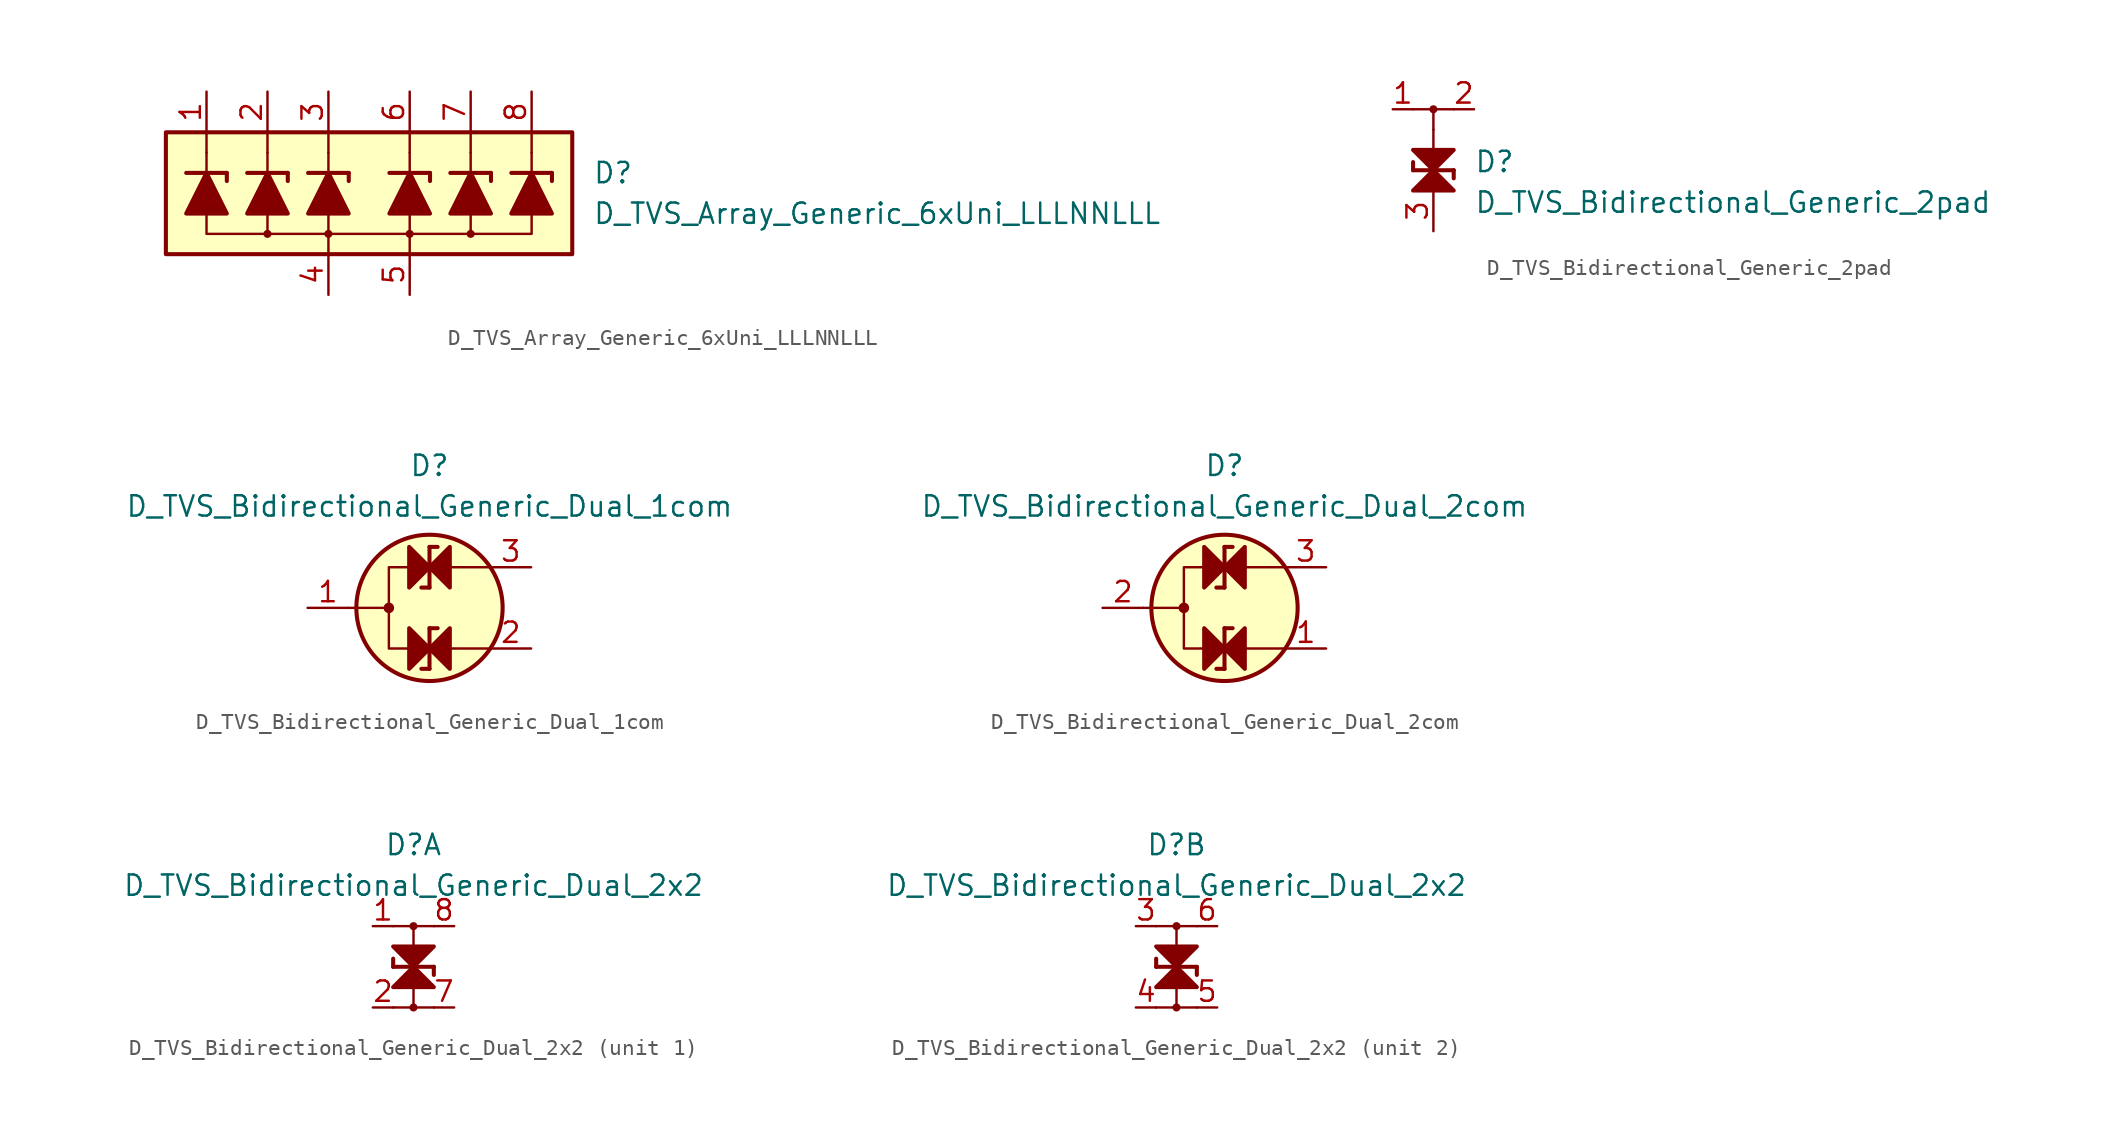
<source format=kicad_sym>
(kicad_symbol_lib
  (version 20211014)
  (generator kicad_symbol_editor)
  (symbol "D_TVS_Array_Generic_6xUni_LLLNNLLL"
    (pin_names
      (offset 1.016) hide)
    (property "Reference" "D"
      (at 13.97 1.27 0)
      (effects (font (size 1.27 1.27)) (justify left)))
    (property "Value" "D_TVS_Array_Generic_6xUni_LLLNNLLL"
      (at 13.97 -1.27 0)
      (effects (font (size 1.27 1.27)) (justify left)))
    (symbol "D_TVS_Array_Generic_6xUni_LLLNNLLL_0_1"
      (rectangle (start -12.7 3.81) (end 12.7 -3.81) (stroke (width 0.254) (type default) (color 0 0 0 0)) (fill (type background)))
      (circle (center -2.54 -2.54) (radius 0.178) (stroke (width 0) (type default) (color 0 0 0 0)) (fill (type outline)))
      (polyline (pts (xy -6.35 -2.54) (xy -6.35 -1.27)) (stroke (width 0) (type default) (color 0 0 0 0)) (fill (type none)))
      (polyline (pts (xy -6.35 1.27) (xy -6.35 2.54)) (stroke (width 0) (type default) (color 0 0 0 0)) (fill (type none)))
      (polyline (pts (xy -6.35 2.54) (xy -6.35 3.81)) (stroke (width 0) (type default) (color 0 0 0 0)) (fill (type none)))
      (polyline (pts (xy -2.54 -3.81) (xy -2.54 -2.54)) (stroke (width 0) (type default) (color 0 0 0 0)) (fill (type none)))
      (polyline (pts (xy -2.54 -2.54) (xy -2.54 -1.27)) (stroke (width 0) (type default) (color 0 0 0 0)) (fill (type none)))
      (polyline (pts (xy -2.54 1.27) (xy -2.54 2.54)) (stroke (width 0) (type default) (color 0 0 0 0)) (fill (type none)))
      (polyline (pts (xy -2.54 2.54) (xy -2.54 3.81)) (stroke (width 0) (type default) (color 0 0 0 0)) (fill (type none)))
      (polyline (pts (xy 2.54 -2.54) (xy 2.54 -1.27)) (stroke (width 0) (type default) (color 0 0 0 0)) (fill (type none)))
      (polyline (pts (xy 2.54 1.27) (xy 2.54 2.54)) (stroke (width 0) (type default) (color 0 0 0 0)) (fill (type none)))
      (polyline (pts (xy 2.54 2.54) (xy 2.54 3.81)) (stroke (width 0) (type default) (color 0 0 0 0)) (fill (type none)))
      (polyline (pts (xy 6.35 -2.54) (xy 6.35 -1.27)) (stroke (width 0) (type default) (color 0 0 0 0)) (fill (type none)))
      (polyline (pts (xy 6.35 1.27) (xy 6.35 2.54)) (stroke (width 0) (type default) (color 0 0 0 0)) (fill (type none)))
      (polyline (pts (xy 6.35 2.54) (xy 6.35 3.81)) (stroke (width 0) (type default) (color 0 0 0 0)) (fill (type none)))
      (polyline (pts (xy 10.16 -1.27) (xy 10.16 -2.54) (xy -10.16 -2.54) (xy -10.16 -1.27)) (stroke (width 0) (type default) (color 0 0 0 0)) (fill (type none)))
      (circle (center 2.54 -2.54) (radius 0.178) (stroke (width 0) (type default) (color 0 0 0 0)) (fill (type outline)))
      (circle (center 6.35 -2.54) (radius 0.178) (stroke (width 0) (type default) (color 0 0 0 0)) (fill (type outline))))
    (symbol "D_TVS_Array_Generic_6xUni_LLLNNLLL_1_1"
      (circle (center -6.35 -2.54) (radius 0.178) (stroke (width 0) (type default) (color 0 0 0 0)) (fill (type outline)))
      (polyline (pts (xy -11.43 1.27) (xy -8.89 1.27)) (stroke (width 0.254) (type default) (color 0 0 0 0)) (fill (type none)))
      (polyline (pts (xy -10.16 -1.27) (xy -10.16 1.27)) (stroke (width 0) (type default) (color 0 0 0 0)) (fill (type none)))
      (polyline (pts (xy -10.16 1.27) (xy -10.16 2.54)) (stroke (width 0) (type default) (color 0 0 0 0)) (fill (type none)))
      (polyline (pts (xy -10.16 2.54) (xy -10.16 3.81)) (stroke (width 0) (type default) (color 0 0 0 0)) (fill (type none)))
      (polyline (pts (xy -8.89 1.27) (xy -8.89 0.762)) (stroke (width 0.254) (type default) (color 0 0 0 0)) (fill (type none)))
      (polyline (pts (xy -7.62 1.27) (xy -5.08 1.27)) (stroke (width 0.254) (type default) (color 0 0 0 0)) (fill (type none)))
      (polyline (pts (xy -6.35 -1.27) (xy -6.35 1.27)) (stroke (width 0) (type default) (color 0 0 0 0)) (fill (type none)))
      (polyline (pts (xy -5.08 1.27) (xy -5.08 0.762)) (stroke (width 0.254) (type default) (color 0 0 0 0)) (fill (type none)))
      (polyline (pts (xy -3.81 1.27) (xy -1.27 1.27)) (stroke (width 0.254) (type default) (color 0 0 0 0)) (fill (type none)))
      (polyline (pts (xy -2.54 -1.27) (xy -2.54 1.27)) (stroke (width 0) (type default) (color 0 0 0 0)) (fill (type none)))
      (polyline (pts (xy -1.27 1.27) (xy -1.27 0.762)) (stroke (width 0.254) (type default) (color 0 0 0 0)) (fill (type none)))
      (polyline (pts (xy 1.27 1.27) (xy 3.81 1.27)) (stroke (width 0.254) (type default) (color 0 0 0 0)) (fill (type none)))
      (polyline (pts (xy 2.54 -3.81) (xy 2.54 -2.54)) (stroke (width 0) (type default) (color 0 0 0 0)) (fill (type none)))
      (polyline (pts (xy 2.54 -1.27) (xy 2.54 1.27)) (stroke (width 0) (type default) (color 0 0 0 0)) (fill (type none)))
      (polyline (pts (xy 3.81 1.27) (xy 3.81 0.762)) (stroke (width 0.254) (type default) (color 0 0 0 0)) (fill (type none)))
      (polyline (pts (xy 5.08 1.27) (xy 7.62 1.27)) (stroke (width 0.254) (type default) (color 0 0 0 0)) (fill (type none)))
      (polyline (pts (xy 6.35 -1.27) (xy 6.35 1.27)) (stroke (width 0) (type default) (color 0 0 0 0)) (fill (type none)))
      (polyline (pts (xy 7.62 1.27) (xy 7.62 0.762)) (stroke (width 0.254) (type default) (color 0 0 0 0)) (fill (type none)))
      (polyline (pts (xy 8.89 1.27) (xy 11.43 1.27)) (stroke (width 0.254) (type default) (color 0 0 0 0)) (fill (type none)))
      (polyline (pts (xy 10.16 -1.27) (xy 10.16 1.27)) (stroke (width 0) (type default) (color 0 0 0 0)) (fill (type none)))
      (polyline (pts (xy 10.16 1.27) (xy 10.16 2.54)) (stroke (width 0) (type default) (color 0 0 0 0)) (fill (type none)))
      (polyline (pts (xy 10.16 2.54) (xy 10.16 3.81)) (stroke (width 0) (type default) (color 0 0 0 0)) (fill (type none)))
      (polyline (pts (xy 11.43 1.27) (xy 11.43 0.762)) (stroke (width 0.254) (type default) (color 0 0 0 0)) (fill (type none)))
      (polyline (pts (xy -8.89 -1.27) (xy -11.43 -1.27) (xy -10.16 1.27) (xy -8.89 -1.27)) (stroke (width 0.254) (type default) (color 0 0 0 0)) (fill (type outline)))
      (polyline (pts (xy -5.08 -1.27) (xy -7.62 -1.27) (xy -6.35 1.27) (xy -5.08 -1.27)) (stroke (width 0.254) (type default) (color 0 0 0 0)) (fill (type outline)))
      (polyline (pts (xy -1.27 -1.27) (xy -3.81 -1.27) (xy -2.54 1.27) (xy -1.27 -1.27)) (stroke (width 0.254) (type default) (color 0 0 0 0)) (fill (type outline)))
      (polyline (pts (xy 3.81 -1.27) (xy 1.27 -1.27) (xy 2.54 1.27) (xy 3.81 -1.27)) (stroke (width 0.254) (type default) (color 0 0 0 0)) (fill (type outline)))
      (polyline (pts (xy 7.62 -1.27) (xy 5.08 -1.27) (xy 6.35 1.27) (xy 7.62 -1.27)) (stroke (width 0.254) (type default) (color 0 0 0 0)) (fill (type outline)))
      (polyline (pts (xy 11.43 -1.27) (xy 8.89 -1.27) (xy 10.16 1.27) (xy 11.43 -1.27)) (stroke (width 0.254) (type default) (color 0 0 0 0)) (fill (type outline)))
      (pin passive line (at -10.16 6.35 270) (length 2.54) (name "L1" (effects (font (size 1.27 1.27)))) (number "1" (effects (font (size 1.27 1.27)))))
      (pin passive line (at -6.35 6.35 270) (length 2.54) (name "L2" (effects (font (size 1.27 1.27)))) (number "2" (effects (font (size 1.27 1.27)))))
      (pin passive line (at -2.54 6.35 270) (length 2.54) (name "L3" (effects (font (size 1.27 1.27)))) (number "3" (effects (font (size 1.27 1.27)))))
      (pin passive line (at -2.54 -6.35 90) (length 2.54) (name "VN" (effects (font (size 1.27 1.27)))) (number "4" (effects (font (size 1.27 1.27)))))
      (pin passive line (at 2.54 -6.35 90) (length 2.54) (name "VN" (effects (font (size 1.27 1.27)))) (number "5" (effects (font (size 1.27 1.27)))))
      (pin passive line (at 2.54 6.35 270) (length 2.54) (name "L4" (effects (font (size 1.27 1.27)))) (number "6" (effects (font (size 1.27 1.27)))))
      (pin passive line (at 6.35 6.35 270) (length 2.54) (name "L5" (effects (font (size 1.27 1.27)))) (number "7" (effects (font (size 1.27 1.27)))))
      (pin passive line (at 10.16 6.35 270) (length 2.54) (name "L6" (effects (font (size 1.27 1.27)))) (number "8" (effects (font (size 1.27 1.27)))))))
  (symbol "D_TVS_Bidirectional_Generic_2pad"
    (pin_names
      (offset 1.016) hide)
    (property "Reference" "D"
      (at 2.54 1.27 0)
      (effects (font (size 1.27 1.27)) (justify left top)))
    (property "Value" "D_TVS_Bidirectional_Generic_2pad"
      (at 2.54 -1.27 0)
      (effects (font (size 1.27 1.27)) (justify left top)))
    (symbol "D_TVS_Bidirectional_Generic_2pad_0_1"
      (polyline (pts (xy -1.27 0) (xy -1.27 0.508)) (stroke (width 0.254) (type default) (color 0 0 0 0)) (fill (type none)))
      (polyline (pts (xy -1.27 0) (xy 1.27 0)) (stroke (width 0.254) (type default) (color 0 0 0 0)) (fill (type none)))
      (polyline (pts (xy 0 1.27) (xy 0 -1.27)) (stroke (width 0) (type default) (color 0 0 0 0)) (fill (type none)))
      (polyline (pts (xy 0 2.54) (xy 0 1.27)) (stroke (width 0) (type default) (color 0 0 0 0)) (fill (type none)))
      (polyline (pts (xy 1.27 0) (xy 1.27 -0.508)) (stroke (width 0.254) (type default) (color 0 0 0 0)) (fill (type none)))
      (polyline (pts (xy -1.27 1.27) (xy 1.27 1.27) (xy 0 0) (xy -1.27 1.27)) (stroke (width 0.254) (type default) (color 0 0 0 0)) (fill (type outline)))
      (polyline (pts (xy 0 0) (xy -1.27 -1.27) (xy 1.27 -1.27) (xy 0 0)) (stroke (width 0.254) (type default) (color 0 0 0 0)) (fill (type outline))))
    (symbol "D_TVS_Bidirectional_Generic_2pad_1_1"
      (polyline (pts (xy 0 2.54) (xy 0 3.81)) (stroke (width 0) (type default) (color 0 0 0 0)) (fill (type none)))
      (polyline (pts (xy 1.27 3.81) (xy -1.27 3.81)) (stroke (width 0) (type default) (color 0 0 0 0)) (fill (type none)))
      (circle (center 0 3.81) (radius 0.178) (stroke (width 0) (type default) (color 0 0 0 0)) (fill (type outline)))
      (pin passive line (at -2.54 3.81 0) (length 1.27) (name "In" (effects (font (size 1.27 1.27)))) (number "1" (effects (font (size 1.27 1.27)))))
      (pin passive line (at 2.54 3.81 180) (length 1.27) (name "Out" (effects (font (size 1.27 1.27)))) (number "2" (effects (font (size 1.27 1.27)))))
      (pin passive line (at 0 -3.81 90) (length 2.54) (name "Gnd" (effects (font (size 1.27 1.27)))) (number "3" (effects (font (size 1.27 1.27)))))))
  (symbol "D_TVS_Bidirectional_Generic_Dual_1com"
    (pin_names
      (offset 1.016) hide)
    (property "Reference" "D"
      (at 0 8.89 0)
      (effects (font (size 1.27 1.27))))
    (property "Value" "D_TVS_Bidirectional_Generic_Dual_1com"
      (at 0 6.35 0)
      (effects (font (size 1.27 1.27))))
    (symbol "D_TVS_Bidirectional_Generic_Dual_1com_0_1"
      (circle (center -2.54 0) (radius 0.254) (stroke (width 0) (type default) (color 0 0 0 0)) (fill (type outline)))
      (polyline (pts (xy -5.08 0) (xy -2.54 0)) (stroke (width 0) (type default) (color 0 0 0 0)) (fill (type none)))
      (polyline (pts (xy 1.27 -2.54) (xy 3.81 -2.54)) (stroke (width 0) (type default) (color 0 0 0 0)) (fill (type none)))
      (polyline (pts (xy 1.27 2.54) (xy 3.81 2.54)) (stroke (width 0) (type default) (color 0 0 0 0)) (fill (type none)))
      (polyline (pts (xy -1.27 2.54) (xy -2.54 2.54) (xy -2.54 -2.54) (xy -1.27 -2.54)) (stroke (width 0) (type default) (color 0 0 0 0)) (fill (type none)))
      (circle (center 0 0) (radius 4.572) (stroke (width 0.254) (type default) (color 0 0 0 0)) (fill (type background))))
    (symbol "D_TVS_Bidirectional_Generic_Dual_1com_1_1"
      (polyline (pts (xy -1.27 -2.54) (xy 1.27 -2.54)) (stroke (width 0) (type default) (color 0 0 0 0)) (fill (type none)))
      (polyline (pts (xy -1.27 2.54) (xy 1.27 2.54)) (stroke (width 0) (type default) (color 0 0 0 0)) (fill (type none)))
      (polyline (pts (xy 0 -3.81) (xy -0.508 -3.81)) (stroke (width 0.254) (type default) (color 0 0 0 0)) (fill (type none)))
      (polyline (pts (xy 0 -3.81) (xy 0 -1.27)) (stroke (width 0.254) (type default) (color 0 0 0 0)) (fill (type none)))
      (polyline (pts (xy 0 -1.27) (xy 0.508 -1.27)) (stroke (width 0.254) (type default) (color 0 0 0 0)) (fill (type none)))
      (polyline (pts (xy 0 1.27) (xy -0.508 1.27)) (stroke (width 0.254) (type default) (color 0 0 0 0)) (fill (type none)))
      (polyline (pts (xy 0 1.27) (xy 0 3.81)) (stroke (width 0.254) (type default) (color 0 0 0 0)) (fill (type none)))
      (polyline (pts (xy 0 3.81) (xy 0.508 3.81)) (stroke (width 0.254) (type default) (color 0 0 0 0)) (fill (type none)))
      (polyline (pts (xy -1.27 -3.81) (xy -1.27 -1.27) (xy 0 -2.54) (xy -1.27 -3.81)) (stroke (width 0.254) (type default) (color 0 0 0 0)) (fill (type outline)))
      (polyline (pts (xy -1.27 1.27) (xy -1.27 3.81) (xy 0 2.54) (xy -1.27 1.27)) (stroke (width 0.254) (type default) (color 0 0 0 0)) (fill (type outline)))
      (polyline (pts (xy 0 -2.54) (xy 1.27 -3.81) (xy 1.27 -1.27) (xy 0 -2.54)) (stroke (width 0.254) (type default) (color 0 0 0 0)) (fill (type outline)))
      (polyline (pts (xy 0 2.54) (xy 1.27 1.27) (xy 1.27 3.81) (xy 0 2.54)) (stroke (width 0.254) (type default) (color 0 0 0 0)) (fill (type outline)))
      (pin passive line (at -7.62 0 0) (length 2.54) (name "Com" (effects (font (size 1.27 1.27)))) (number "1" (effects (font (size 1.27 1.27)))))
      (pin passive line (at 6.35 -2.54 180) (length 2.54) (name "A1" (effects (font (size 1.27 1.27)))) (number "2" (effects (font (size 1.27 1.27)))))
      (pin passive line (at 6.35 2.54 180) (length 2.54) (name "A2" (effects (font (size 1.27 1.27)))) (number "3" (effects (font (size 1.27 1.27)))))))
  (symbol "D_TVS_Bidirectional_Generic_Dual_2com"
    (pin_names
      (offset 1.016) hide)
    (property "Reference" "D"
      (at 0 8.89 0)
      (effects (font (size 1.27 1.27))))
    (property "Value" "D_TVS_Bidirectional_Generic_Dual_2com"
      (at 0 6.35 0)
      (effects (font (size 1.27 1.27))))
    (symbol "D_TVS_Bidirectional_Generic_Dual_2com_0_1"
      (circle (center -2.54 0) (radius 0.254) (stroke (width 0) (type default) (color 0 0 0 0)) (fill (type outline)))
      (polyline (pts (xy -5.08 0) (xy -2.54 0)) (stroke (width 0) (type default) (color 0 0 0 0)) (fill (type none)))
      (polyline (pts (xy 1.27 -2.54) (xy 3.81 -2.54)) (stroke (width 0) (type default) (color 0 0 0 0)) (fill (type none)))
      (polyline (pts (xy 1.27 2.54) (xy 3.81 2.54)) (stroke (width 0) (type default) (color 0 0 0 0)) (fill (type none)))
      (polyline (pts (xy -1.27 2.54) (xy -2.54 2.54) (xy -2.54 -2.54) (xy -1.27 -2.54)) (stroke (width 0) (type default) (color 0 0 0 0)) (fill (type none)))
      (circle (center 0 0) (radius 4.572) (stroke (width 0.254) (type default) (color 0 0 0 0)) (fill (type background))))
    (symbol "D_TVS_Bidirectional_Generic_Dual_2com_1_1"
      (polyline (pts (xy -1.27 -2.54) (xy 1.27 -2.54)) (stroke (width 0) (type default) (color 0 0 0 0)) (fill (type none)))
      (polyline (pts (xy -1.27 2.54) (xy 1.27 2.54)) (stroke (width 0) (type default) (color 0 0 0 0)) (fill (type none)))
      (polyline (pts (xy 0 -3.81) (xy -0.508 -3.81)) (stroke (width 0.254) (type default) (color 0 0 0 0)) (fill (type none)))
      (polyline (pts (xy 0 -3.81) (xy 0 -1.27)) (stroke (width 0.254) (type default) (color 0 0 0 0)) (fill (type none)))
      (polyline (pts (xy 0 -1.27) (xy 0.508 -1.27)) (stroke (width 0.254) (type default) (color 0 0 0 0)) (fill (type none)))
      (polyline (pts (xy 0 1.27) (xy -0.508 1.27)) (stroke (width 0.254) (type default) (color 0 0 0 0)) (fill (type none)))
      (polyline (pts (xy 0 1.27) (xy 0 3.81)) (stroke (width 0.254) (type default) (color 0 0 0 0)) (fill (type none)))
      (polyline (pts (xy 0 3.81) (xy 0.508 3.81)) (stroke (width 0.254) (type default) (color 0 0 0 0)) (fill (type none)))
      (polyline (pts (xy -1.27 -3.81) (xy -1.27 -1.27) (xy 0 -2.54) (xy -1.27 -3.81)) (stroke (width 0.254) (type default) (color 0 0 0 0)) (fill (type outline)))
      (polyline (pts (xy -1.27 1.27) (xy -1.27 3.81) (xy 0 2.54) (xy -1.27 1.27)) (stroke (width 0.254) (type default) (color 0 0 0 0)) (fill (type outline)))
      (polyline (pts (xy 0 -2.54) (xy 1.27 -3.81) (xy 1.27 -1.27) (xy 0 -2.54)) (stroke (width 0.254) (type default) (color 0 0 0 0)) (fill (type outline)))
      (polyline (pts (xy 0 2.54) (xy 1.27 1.27) (xy 1.27 3.81) (xy 0 2.54)) (stroke (width 0.254) (type default) (color 0 0 0 0)) (fill (type outline)))
      (pin passive line (at 6.35 -2.54 180) (length 2.54) (name "A1" (effects (font (size 1.27 1.27)))) (number "1" (effects (font (size 1.27 1.27)))))
      (pin passive line (at -7.62 0 0) (length 2.54) (name "Com" (effects (font (size 1.27 1.27)))) (number "2" (effects (font (size 1.27 1.27)))))
      (pin passive line (at 6.35 2.54 180) (length 2.54) (name "A2" (effects (font (size 1.27 1.27)))) (number "3" (effects (font (size 1.27 1.27)))))))
  (symbol "D_TVS_Bidirectional_Generic_Dual_2x2"
    (pin_names
      (offset 1.016) hide)
    (property "Reference" "D"
      (at 0 7.62 0)
      (effects (font (size 1.27 1.27))))
    (property "Value" "D_TVS_Bidirectional_Generic_Dual_2x2"
      (at 0 5.08 0)
      (effects (font (size 1.27 1.27))))
    (property "ki_locked" ""
      (at 0 0 0)
      (effects (font (size 1.27 1.27))))
    (symbol "D_TVS_Bidirectional_Generic_Dual_2x2_1_1"
      (circle (center 0 -2.54) (radius 0.178) (stroke (width 0) (type default) (color 0 0 0 0)) (fill (type outline)))
      (polyline (pts (xy -1.27 -2.54) (xy 1.27 -2.54)) (stroke (width 0) (type default) (color 0 0 0 0)) (fill (type none)))
      (polyline (pts (xy -1.27 0) (xy -1.27 0.508)) (stroke (width 0.254) (type default) (color 0 0 0 0)) (fill (type none)))
      (polyline (pts (xy -1.27 0) (xy 1.27 0)) (stroke (width 0.254) (type default) (color 0 0 0 0)) (fill (type none)))
      (polyline (pts (xy 0 -1.27) (xy 0 -2.54)) (stroke (width 0) (type default) (color 0 0 0 0)) (fill (type none)))
      (polyline (pts (xy 0 1.27) (xy 0 -1.27)) (stroke (width 0) (type default) (color 0 0 0 0)) (fill (type none)))
      (polyline (pts (xy 0 1.27) (xy 0 2.54)) (stroke (width 0) (type default) (color 0 0 0 0)) (fill (type none)))
      (polyline (pts (xy 1.27 0) (xy 1.27 -0.508)) (stroke (width 0.254) (type default) (color 0 0 0 0)) (fill (type none)))
      (polyline (pts (xy 1.27 2.54) (xy -1.27 2.54)) (stroke (width 0) (type default) (color 0 0 0 0)) (fill (type none)))
      (polyline (pts (xy -1.27 1.27) (xy 1.27 1.27) (xy 0 0) (xy -1.27 1.27)) (stroke (width 0.254) (type default) (color 0 0 0 0)) (fill (type outline)))
      (polyline (pts (xy 0 0) (xy -1.27 -1.27) (xy 1.27 -1.27) (xy 0 0)) (stroke (width 0.254) (type default) (color 0 0 0 0)) (fill (type outline)))
      (circle (center 0 2.54) (radius 0.178) (stroke (width 0) (type default) (color 0 0 0 0)) (fill (type outline)))
      (pin passive line (at -2.54 2.54 0) (length 1.27) (name "In1" (effects (font (size 1.27 1.27)))) (number "1" (effects (font (size 1.27 1.27)))))
      (pin passive line (at -2.54 -2.54 0) (length 1.27) (name "In2" (effects (font (size 1.27 1.27)))) (number "2" (effects (font (size 1.27 1.27)))))
      (pin passive line (at 2.54 -2.54 180) (length 1.27) (name "Out2" (effects (font (size 1.27 1.27)))) (number "7" (effects (font (size 1.27 1.27)))))
      (pin passive line (at 2.54 2.54 180) (length 1.27) (name "Out1" (effects (font (size 1.27 1.27)))) (number "8" (effects (font (size 1.27 1.27))))))
    (symbol "D_TVS_Bidirectional_Generic_Dual_2x2_2_1"
      (circle (center 0 -2.54) (radius 0.178) (stroke (width 0) (type default) (color 0 0 0 0)) (fill (type outline)))
      (polyline (pts (xy -1.27 -2.54) (xy 1.27 -2.54)) (stroke (width 0) (type default) (color 0 0 0 0)) (fill (type none)))
      (polyline (pts (xy -1.27 0) (xy -1.27 0.508)) (stroke (width 0.254) (type default) (color 0 0 0 0)) (fill (type none)))
      (polyline (pts (xy -1.27 0) (xy 1.27 0)) (stroke (width 0.254) (type default) (color 0 0 0 0)) (fill (type none)))
      (polyline (pts (xy 0 -1.27) (xy 0 -2.54)) (stroke (width 0) (type default) (color 0 0 0 0)) (fill (type none)))
      (polyline (pts (xy 0 1.27) (xy 0 -1.27)) (stroke (width 0) (type default) (color 0 0 0 0)) (fill (type none)))
      (polyline (pts (xy 0 1.27) (xy 0 2.54)) (stroke (width 0) (type default) (color 0 0 0 0)) (fill (type none)))
      (polyline (pts (xy 1.27 0) (xy 1.27 -0.508)) (stroke (width 0.254) (type default) (color 0 0 0 0)) (fill (type none)))
      (polyline (pts (xy 1.27 2.54) (xy -1.27 2.54)) (stroke (width 0) (type default) (color 0 0 0 0)) (fill (type none)))
      (polyline (pts (xy -1.27 1.27) (xy 1.27 1.27) (xy 0 0) (xy -1.27 1.27)) (stroke (width 0.254) (type default) (color 0 0 0 0)) (fill (type outline)))
      (polyline (pts (xy 0 0) (xy -1.27 -1.27) (xy 1.27 -1.27) (xy 0 0)) (stroke (width 0.254) (type default) (color 0 0 0 0)) (fill (type outline)))
      (circle (center 0 2.54) (radius 0.178) (stroke (width 0) (type default) (color 0 0 0 0)) (fill (type outline)))
      (pin passive line (at -2.54 2.54 0) (length 1.27) (name "In3" (effects (font (size 1.27 1.27)))) (number "3" (effects (font (size 1.27 1.27)))))
      (pin passive line (at -2.54 -2.54 0) (length 1.27) (name "In4" (effects (font (size 1.27 1.27)))) (number "4" (effects (font (size 1.27 1.27)))))
      (pin passive line (at 2.54 -2.54 180) (length 1.27) (name "Out4" (effects (font (size 1.27 1.27)))) (number "5" (effects (font (size 1.27 1.27)))))
      (pin passive line (at 2.54 2.54 180) (length 1.27) (name "Out3" (effects (font (size 1.27 1.27)))) (number "6" (effects (font (size 1.27 1.27))))))))
</source>
